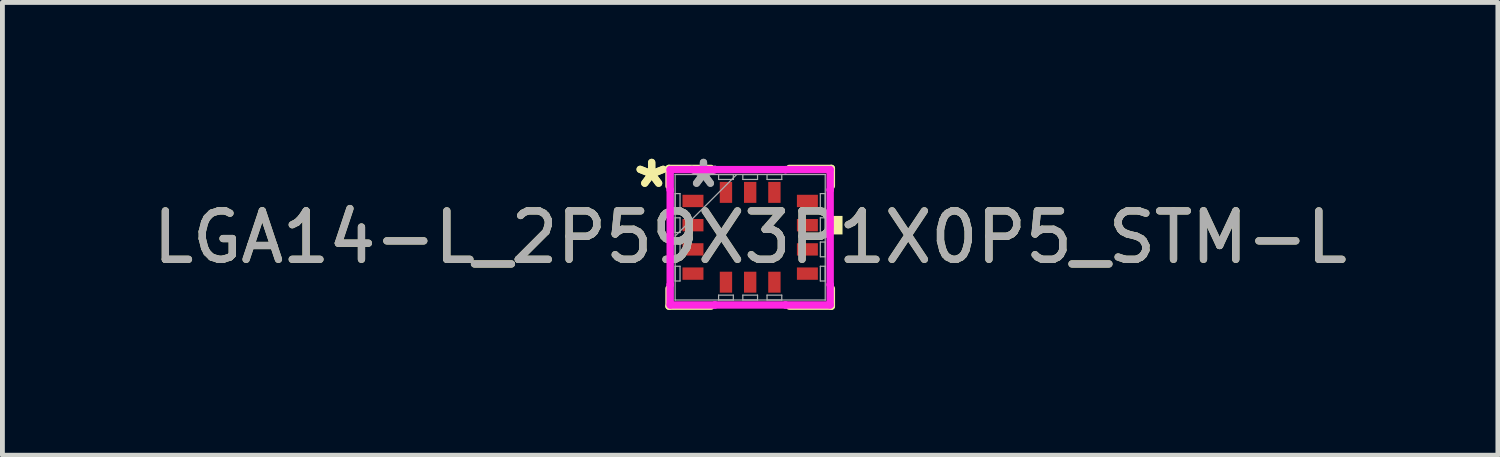
<source format=kicad_pcb>
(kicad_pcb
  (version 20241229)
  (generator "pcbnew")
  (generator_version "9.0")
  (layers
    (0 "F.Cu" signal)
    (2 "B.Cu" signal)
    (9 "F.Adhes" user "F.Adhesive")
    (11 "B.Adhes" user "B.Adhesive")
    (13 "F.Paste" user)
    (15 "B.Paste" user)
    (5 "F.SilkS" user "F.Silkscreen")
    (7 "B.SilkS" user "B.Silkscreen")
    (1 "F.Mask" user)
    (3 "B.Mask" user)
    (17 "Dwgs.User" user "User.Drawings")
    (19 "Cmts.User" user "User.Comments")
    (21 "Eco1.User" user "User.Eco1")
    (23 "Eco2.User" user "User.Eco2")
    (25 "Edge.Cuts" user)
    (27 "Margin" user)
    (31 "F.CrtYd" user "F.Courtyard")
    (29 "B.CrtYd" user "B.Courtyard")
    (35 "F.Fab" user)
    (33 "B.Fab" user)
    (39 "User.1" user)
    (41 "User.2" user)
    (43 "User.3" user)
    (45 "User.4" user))
  (footprint "LGA14-L_2P59X3P1X0P5_STM-L"
    (layer "F.Cu")
    (at 12.435 1.848)
    (property "Reference" "LGA14-L_2P59X3P1X0P5_STM-L" (at 0 0 0) (unlocked yes) (layer "F.SilkS") (effects (font (size 1 1) (thickness 0.15))))
    (attr smd)
    (fp_line (start -1.676 -1.422) (end -1.676 -1.059) (stroke (width 0.152) (type solid)) (layer "F.SilkS"))
    (fp_line (start -1.676 1.059) (end -1.676 1.422) (stroke (width 0.152) (type solid)) (layer "F.SilkS"))
    (fp_line (start -1.676 1.422) (end -0.809 1.422) (stroke (width 0.152) (type solid)) (layer "F.SilkS"))
    (fp_line (start -0.809 -1.422) (end -1.676 -1.422) (stroke (width 0.152) (type solid)) (layer "F.SilkS"))
    (fp_line (start 0.809 1.422) (end 1.676 1.422) (stroke (width 0.152) (type solid)) (layer "F.SilkS"))
    (fp_line (start 1.676 -1.422) (end 0.809 -1.422) (stroke (width 0.152) (type solid)) (layer "F.SilkS"))
    (fp_line (start 1.676 -1.059) (end 1.676 -1.422) (stroke (width 0.152) (type solid)) (layer "F.SilkS"))
    (fp_line (start 1.676 1.422) (end 1.676 1.059) (stroke (width 0.152) (type solid)) (layer "F.SilkS"))
    (fp_poly (pts (xy 1.906 -0.441) (xy 1.906 -0.059) (xy 1.652 -0.059) (xy 1.652 -0.441)) (stroke (width 0) (type solid)) (fill yes) (layer "F.SilkS"))
    (fp_line (start -1.651 -1.397) (end -0.729 -1.397) (stroke (width 0.152) (type solid)) (layer "F.CrtYd"))
    (fp_line (start -1.651 -0.979) (end -1.651 -1.397) (stroke (width 0.152) (type solid)) (layer "F.CrtYd"))
    (fp_line (start -1.651 -0.979) (end -1.651 -0.979) (stroke (width 0.152) (type solid)) (layer "F.CrtYd"))
    (fp_line (start -1.651 0.979) (end -1.651 -0.979) (stroke (width 0.152) (type solid)) (layer "F.CrtYd"))
    (fp_line (start -1.651 0.979) (end -1.651 0.979) (stroke (width 0.152) (type solid)) (layer "F.CrtYd"))
    (fp_line (start -1.651 1.397) (end -1.651 0.979) (stroke (width 0.152) (type solid)) (layer "F.CrtYd"))
    (fp_line (start -0.729 -1.397) (end -0.729 -1.397) (stroke (width 0.152) (type solid)) (layer "F.CrtYd"))
    (fp_line (start -0.729 -1.397) (end 0.729 -1.397) (stroke (width 0.152) (type solid)) (layer "F.CrtYd"))
    (fp_line (start -0.729 1.397) (end -1.651 1.397) (stroke (width 0.152) (type solid)) (layer "F.CrtYd"))
    (fp_line (start -0.729 1.397) (end -0.729 1.397) (stroke (width 0.152) (type solid)) (layer "F.CrtYd"))
    (fp_line (start 0.729 -1.397) (end 0.729 -1.397) (stroke (width 0.152) (type solid)) (layer "F.CrtYd"))
    (fp_line (start 0.729 -1.397) (end 1.651 -1.397) (stroke (width 0.152) (type solid)) (layer "F.CrtYd"))
    (fp_line (start 0.729 1.397) (end -0.729 1.397) (stroke (width 0.152) (type solid)) (layer "F.CrtYd"))
    (fp_line (start 0.729 1.397) (end 0.729 1.397) (stroke (width 0.152) (type solid)) (layer "F.CrtYd"))
    (fp_line (start 1.651 -1.397) (end 1.651 -0.979) (stroke (width 0.152) (type solid)) (layer "F.CrtYd"))
    (fp_line (start 1.651 -0.979) (end 1.651 -0.979) (stroke (width 0.152) (type solid)) (layer "F.CrtYd"))
    (fp_line (start 1.651 -0.979) (end 1.651 0.979) (stroke (width 0.152) (type solid)) (layer "F.CrtYd"))
    (fp_line (start 1.651 0.979) (end 1.651 0.979) (stroke (width 0.152) (type solid)) (layer "F.CrtYd"))
    (fp_line (start 1.651 0.979) (end 1.651 1.397) (stroke (width 0.152) (type solid)) (layer "F.CrtYd"))
    (fp_line (start 1.651 1.397) (end 0.729 1.397) (stroke (width 0.152) (type solid)) (layer "F.CrtYd"))
    (fp_line (start -1.549 -1.295) (end -1.549 -1.295) (stroke (width 0.025) (type solid)) (layer "F.Fab"))
    (fp_line (start -1.549 -1.295) (end -1.549 1.295) (stroke (width 0.025) (type solid)) (layer "F.Fab"))
    (fp_line (start -1.549 -0.902) (end -1.448 -0.902) (stroke (width 0.025) (type solid)) (layer "F.Fab"))
    (fp_line (start -1.549 -0.598) (end -1.549 -0.902) (stroke (width 0.025) (type solid)) (layer "F.Fab"))
    (fp_line (start -1.549 -0.402) (end -1.448 -0.402) (stroke (width 0.025) (type solid)) (layer "F.Fab"))
    (fp_line (start -1.549 -0.098) (end -1.549 -0.402) (stroke (width 0.025) (type solid)) (layer "F.Fab"))
    (fp_line (start -1.549 -0.025) (end -0.279 -1.295) (stroke (width 0.025) (type solid)) (layer "F.Fab"))
    (fp_line (start -1.549 0.098) (end -1.448 0.098) (stroke (width 0.025) (type solid)) (layer "F.Fab"))
    (fp_line (start -1.549 0.402) (end -1.549 0.098) (stroke (width 0.025) (type solid)) (layer "F.Fab"))
    (fp_line (start -1.549 0.598) (end -1.448 0.598) (stroke (width 0.025) (type solid)) (layer "F.Fab"))
    (fp_line (start -1.549 0.902) (end -1.549 0.598) (stroke (width 0.025) (type solid)) (layer "F.Fab"))
    (fp_line (start -1.549 1.295) (end -1.549 1.295) (stroke (width 0.025) (type solid)) (layer "F.Fab"))
    (fp_line (start -1.549 1.295) (end 1.549 1.295) (stroke (width 0.025) (type solid)) (layer "F.Fab"))
    (fp_line (start -1.448 -0.902) (end -1.448 -0.598) (stroke (width 0.025) (type solid)) (layer "F.Fab"))
    (fp_line (start -1.448 -0.598) (end -1.549 -0.598) (stroke (width 0.025) (type solid)) (layer "F.Fab"))
    (fp_line (start -1.448 -0.402) (end -1.448 -0.098) (stroke (width 0.025) (type solid)) (layer "F.Fab"))
    (fp_line (start -1.448 -0.098) (end -1.549 -0.098) (stroke (width 0.025) (type solid)) (layer "F.Fab"))
    (fp_line (start -1.448 0.098) (end -1.448 0.402) (stroke (width 0.025) (type solid)) (layer "F.Fab"))
    (fp_line (start -1.448 0.402) (end -1.549 0.402) (stroke (width 0.025) (type solid)) (layer "F.Fab"))
    (fp_line (start -1.448 0.598) (end -1.448 0.902) (stroke (width 0.025) (type solid)) (layer "F.Fab"))
    (fp_line (start -1.448 0.902) (end -1.549 0.902) (stroke (width 0.025) (type solid)) (layer "F.Fab"))
    (fp_line (start -0.652 -1.295) (end -0.348 -1.295) (stroke (width 0.025) (type solid)) (layer "F.Fab"))
    (fp_line (start -0.652 -1.194) (end -0.652 -1.295) (stroke (width 0.025) (type solid)) (layer "F.Fab"))
    (fp_line (start -0.652 1.194) (end -0.348 1.194) (stroke (width 0.025) (type solid)) (layer "F.Fab"))
    (fp_line (start -0.652 1.295) (end -0.652 1.194) (stroke (width 0.025) (type solid)) (layer "F.Fab"))
    (fp_line (start -0.348 -1.295) (end -0.348 -1.194) (stroke (width 0.025) (type solid)) (layer "F.Fab"))
    (fp_line (start -0.348 -1.194) (end -0.652 -1.194) (stroke (width 0.025) (type solid)) (layer "F.Fab"))
    (fp_line (start -0.348 1.194) (end -0.348 1.295) (stroke (width 0.025) (type solid)) (layer "F.Fab"))
    (fp_line (start -0.348 1.295) (end -0.652 1.295) (stroke (width 0.025) (type solid)) (layer "F.Fab"))
    (fp_line (start -0.152 -1.295) (end 0.152 -1.295) (stroke (width 0.025) (type solid)) (layer "F.Fab"))
    (fp_line (start -0.152 -1.194) (end -0.152 -1.295) (stroke (width 0.025) (type solid)) (layer "F.Fab"))
    (fp_line (start -0.152 1.194) (end 0.152 1.194) (stroke (width 0.025) (type solid)) (layer "F.Fab"))
    (fp_line (start -0.152 1.295) (end -0.152 1.194) (stroke (width 0.025) (type solid)) (layer "F.Fab"))
    (fp_line (start 0.152 -1.295) (end 0.152 -1.194) (stroke (width 0.025) (type solid)) (layer "F.Fab"))
    (fp_line (start 0.152 -1.194) (end -0.152 -1.194) (stroke (width 0.025) (type solid)) (layer "F.Fab"))
    (fp_line (start 0.152 1.194) (end 0.152 1.295) (stroke (width 0.025) (type solid)) (layer "F.Fab"))
    (fp_line (start 0.152 1.295) (end -0.152 1.295) (stroke (width 0.025) (type solid)) (layer "F.Fab"))
    (fp_line (start 0.348 -1.295) (end 0.652 -1.295) (stroke (width 0.025) (type solid)) (layer "F.Fab"))
    (fp_line (start 0.348 -1.194) (end 0.348 -1.295) (stroke (width 0.025) (type solid)) (layer "F.Fab"))
    (fp_line (start 0.348 1.194) (end 0.652 1.194) (stroke (width 0.025) (type solid)) (layer "F.Fab"))
    (fp_line (start 0.348 1.295) (end 0.348 1.194) (stroke (width 0.025) (type solid)) (layer "F.Fab"))
    (fp_line (start 0.652 -1.295) (end 0.652 -1.194) (stroke (width 0.025) (type solid)) (layer "F.Fab"))
    (fp_line (start 0.652 -1.194) (end 0.348 -1.194) (stroke (width 0.025) (type solid)) (layer "F.Fab"))
    (fp_line (start 0.652 1.194) (end 0.652 1.295) (stroke (width 0.025) (type solid)) (layer "F.Fab"))
    (fp_line (start 0.652 1.295) (end 0.348 1.295) (stroke (width 0.025) (type solid)) (layer "F.Fab"))
    (fp_line (start 1.448 -0.902) (end 1.549 -0.902) (stroke (width 0.025) (type solid)) (layer "F.Fab"))
    (fp_line (start 1.448 -0.598) (end 1.448 -0.902) (stroke (width 0.025) (type solid)) (layer "F.Fab"))
    (fp_line (start 1.448 -0.402) (end 1.549 -0.402) (stroke (width 0.025) (type solid)) (layer "F.Fab"))
    (fp_line (start 1.448 -0.098) (end 1.448 -0.402) (stroke (width 0.025) (type solid)) (layer "F.Fab"))
    (fp_line (start 1.448 0.098) (end 1.549 0.098) (stroke (width 0.025) (type solid)) (layer "F.Fab"))
    (fp_line (start 1.448 0.402) (end 1.448 0.098) (stroke (width 0.025) (type solid)) (layer "F.Fab"))
    (fp_line (start 1.448 0.598) (end 1.549 0.598) (stroke (width 0.025) (type solid)) (layer "F.Fab"))
    (fp_line (start 1.448 0.902) (end 1.448 0.598) (stroke (width 0.025) (type solid)) (layer "F.Fab"))
    (fp_line (start 1.549 -1.295) (end -1.549 -1.295) (stroke (width 0.025) (type solid)) (layer "F.Fab"))
    (fp_line (start 1.549 -1.295) (end 1.549 -1.295) (stroke (width 0.025) (type solid)) (layer "F.Fab"))
    (fp_line (start 1.549 -0.902) (end 1.549 -0.598) (stroke (width 0.025) (type solid)) (layer "F.Fab"))
    (fp_line (start 1.549 -0.598) (end 1.448 -0.598) (stroke (width 0.025) (type solid)) (layer "F.Fab"))
    (fp_line (start 1.549 -0.402) (end 1.549 -0.098) (stroke (width 0.025) (type solid)) (layer "F.Fab"))
    (fp_line (start 1.549 -0.098) (end 1.448 -0.098) (stroke (width 0.025) (type solid)) (layer "F.Fab"))
    (fp_line (start 1.549 0.098) (end 1.549 0.402) (stroke (width 0.025) (type solid)) (layer "F.Fab"))
    (fp_line (start 1.549 0.402) (end 1.448 0.402) (stroke (width 0.025) (type solid)) (layer "F.Fab"))
    (fp_line (start 1.549 0.598) (end 1.549 0.902) (stroke (width 0.025) (type solid)) (layer "F.Fab"))
    (fp_line (start 1.549 0.902) (end 1.448 0.902) (stroke (width 0.025) (type solid)) (layer "F.Fab"))
    (fp_line (start 1.549 1.295) (end 1.549 -1.295) (stroke (width 0.025) (type solid)) (layer "F.Fab"))
    (fp_line (start 1.549 1.295) (end 1.549 1.295) (stroke (width 0.025) (type solid)) (layer "F.Fab"))
    (fp_text user "*" (at -2.033 -1 0) (layer "F.SilkS") (effects (font (size 1 1) (thickness 0.15))))
    (fp_text user "*" (at -2.033 -1 0) (unlocked yes) (layer "F.SilkS") (effects (font (size 1 1) (thickness 0.15))))
    (fp_text user "*" (at -0.964 -1 0) (unlocked yes) (layer "F.Fab") (effects (font (size 1 1) (thickness 0.15))))
    (fp_text user "*" (at -0.964 -1 0) (layer "F.Fab") (effects (font (size 1 1) (thickness 0.15))))
    (fp_text user "${REFERENCE}" (at 0 0 0) (unlocked yes) (layer "F.Fab") (effects (font (size 1 1) (thickness 0.15))))
    (pad "1" smd rect (at -1.181 -0.75 90) (size 0.255 0.433) (layers "F.Cu" "F.Mask" "F.Paste"))
    (pad "2" smd rect (at -1.181 -0.25 90) (size 0.255 0.433) (layers "F.Cu" "F.Mask" "F.Paste"))
    (pad "3" smd rect (at -1.181 0.25 90) (size 0.255 0.433) (layers "F.Cu" "F.Mask" "F.Paste"))
    (pad "4" smd rect (at -1.181 0.75 90) (size 0.255 0.433) (layers "F.Cu" "F.Mask" "F.Paste"))
    (pad "5" smd rect (at -0.5 0.927) (size 0.255 0.433) (layers "F.Cu" "F.Mask" "F.Paste"))
    (pad "6" smd rect (at 0 0.927) (size 0.255 0.433) (layers "F.Cu" "F.Mask" "F.Paste"))
    (pad "7" smd rect (at 0.5 0.927) (size 0.255 0.433) (layers "F.Cu" "F.Mask" "F.Paste"))
    (pad "8" smd rect (at 1.181 0.75 90) (size 0.255 0.433) (layers "F.Cu" "F.Mask" "F.Paste"))
    (pad "9" smd rect (at 1.181 0.25 90) (size 0.255 0.433) (layers "F.Cu" "F.Mask" "F.Paste"))
    (pad "10" smd rect (at 1.181 -0.25 90) (size 0.255 0.433) (layers "F.Cu" "F.Mask" "F.Paste"))
    (pad "11" smd rect (at 1.181 -0.75 90) (size 0.255 0.433) (layers "F.Cu" "F.Mask" "F.Paste"))
    (pad "12" smd rect (at 0.5 -0.927) (size 0.255 0.433) (layers "F.Cu" "F.Mask" "F.Paste"))
    (pad "13" smd rect (at 0 -0.927) (size 0.255 0.433) (layers "F.Cu" "F.Mask" "F.Paste"))
    (pad "14" smd rect (at -0.5 -0.927) (size 0.255 0.433) (layers "F.Cu" "F.Mask" "F.Paste")))
  (gr_rect
    (start -3 -3)
    (end 27.869 6.347)
    (stroke (width 0.1) (type default))
    (fill no)
    (layer "Edge.Cuts")))
</source>
